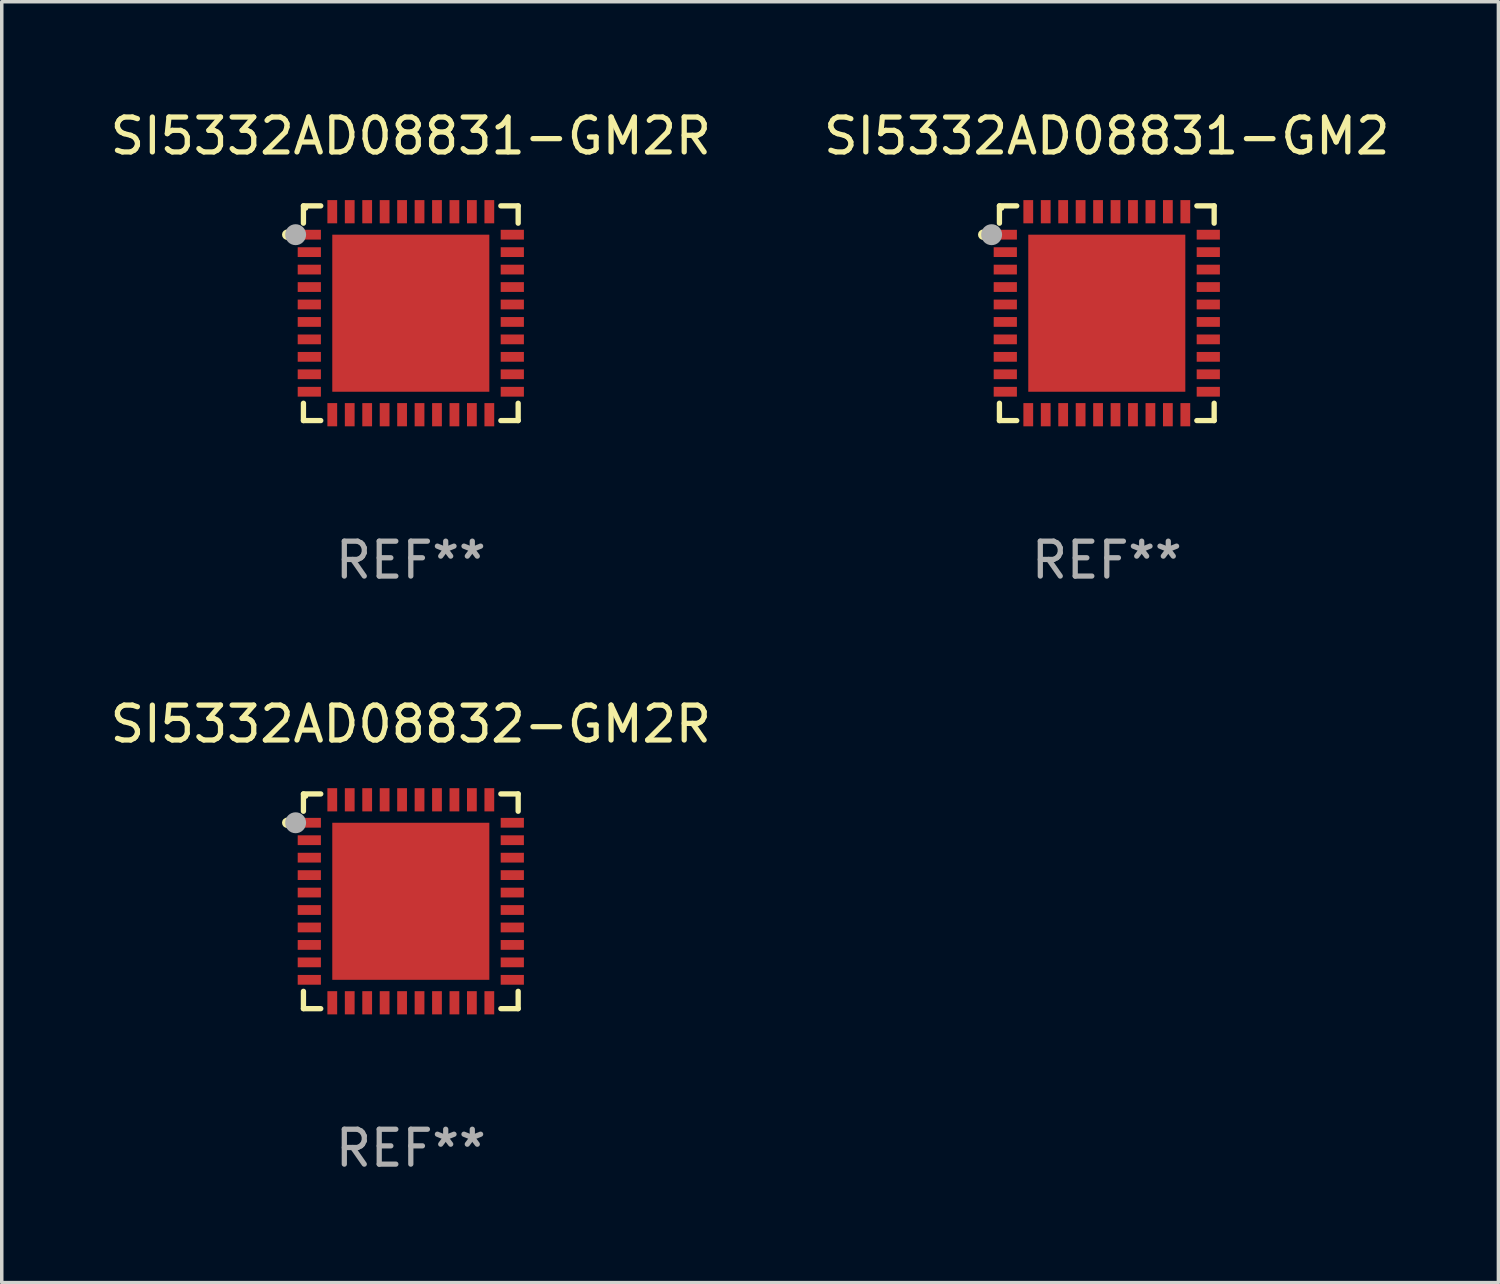
<source format=kicad_pcb>
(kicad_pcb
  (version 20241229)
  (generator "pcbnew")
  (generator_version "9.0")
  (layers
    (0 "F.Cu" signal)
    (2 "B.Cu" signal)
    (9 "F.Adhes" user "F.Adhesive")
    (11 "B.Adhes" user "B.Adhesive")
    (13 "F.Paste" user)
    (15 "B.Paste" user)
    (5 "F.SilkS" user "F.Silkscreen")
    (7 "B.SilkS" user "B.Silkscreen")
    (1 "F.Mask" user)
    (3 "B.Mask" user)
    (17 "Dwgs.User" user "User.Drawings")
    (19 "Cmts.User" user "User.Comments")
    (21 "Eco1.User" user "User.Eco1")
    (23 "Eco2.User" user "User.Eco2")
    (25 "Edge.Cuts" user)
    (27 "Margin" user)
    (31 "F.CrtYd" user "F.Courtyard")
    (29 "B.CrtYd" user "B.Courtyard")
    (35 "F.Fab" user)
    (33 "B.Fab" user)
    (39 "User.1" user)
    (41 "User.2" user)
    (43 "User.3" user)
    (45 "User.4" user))
  (footprint "SI5332AD08831-GM2"
    (layer "F.Cu")
    (at 28.661 5.924)
    (property "Reference" "SI5332AD08831-GM2" (at 0 -5.076 0) (layer "F.SilkS") (effects (font (size 1 1) (thickness 0.15))))
    (attr through_hole)
    (fp_line (start -3.076 -3.076) (end -3.076 -2.58) (stroke (width 0.152) (type solid)) (layer "F.SilkS"))
    (fp_line (start -3.076 3.076) (end -3.076 2.58) (stroke (width 0.152) (type solid)) (layer "F.SilkS"))
    (fp_line (start -2.58 -3.076) (end -3.076 -3.076) (stroke (width 0.152) (type solid)) (layer "F.SilkS"))
    (fp_line (start -2.58 3.076) (end -3.076 3.076) (stroke (width 0.152) (type solid)) (layer "F.SilkS"))
    (fp_line (start 2.58 -3.076) (end 3.076 -3.076) (stroke (width 0.152) (type solid)) (layer "F.SilkS"))
    (fp_line (start 2.58 3.076) (end 3.076 3.076) (stroke (width 0.152) (type solid)) (layer "F.SilkS"))
    (fp_line (start 3.076 -3.076) (end 3.076 -2.58) (stroke (width 0.152) (type solid)) (layer "F.SilkS"))
    (fp_line (start 3.076 3.076) (end 3.076 2.58) (stroke (width 0.152) (type solid)) (layer "F.SilkS"))
    (fp_circle (center -3.54 -2.25) (end -3.465 -2.25) (stroke (width 0.15) (type solid)) (fill no) (layer "F.SilkS"))
    (fp_circle (center -3 -3) (end -2.97 -3) (stroke (width 0.06) (type solid)) (fill no) (layer "F.SilkS"))
    (fp_circle (center -3.3 -2.25) (end -3.15 -2.25) (stroke (width 0.3) (type solid)) (fill no) (layer "F.Fab"))
    (fp_text user "REF**" (at 0 7.076 0) (layer "F.Fab") (effects (font (size 1 1) (thickness 0.15))))
    (pad "1" smd rect (at -2.908 -2.25) (size 0.665 0.28) (layers "F.Cu" "F.Mask" "F.Paste"))
    (pad "2" smd rect (at -2.908 -1.75) (size 0.665 0.28) (layers "F.Cu" "F.Mask" "F.Paste"))
    (pad "3" smd rect (at -2.908 -1.25) (size 0.665 0.28) (layers "F.Cu" "F.Mask" "F.Paste"))
    (pad "4" smd rect (at -2.908 -0.75) (size 0.665 0.28) (layers "F.Cu" "F.Mask" "F.Paste"))
    (pad "5" smd rect (at -2.908 -0.25) (size 0.665 0.28) (layers "F.Cu" "F.Mask" "F.Paste"))
    (pad "6" smd rect (at -2.908 0.25) (size 0.665 0.28) (layers "F.Cu" "F.Mask" "F.Paste"))
    (pad "7" smd rect (at -2.908 0.75) (size 0.665 0.28) (layers "F.Cu" "F.Mask" "F.Paste"))
    (pad "8" smd rect (at -2.908 1.25) (size 0.665 0.28) (layers "F.Cu" "F.Mask" "F.Paste"))
    (pad "9" smd rect (at -2.908 1.75) (size 0.665 0.28) (layers "F.Cu" "F.Mask" "F.Paste"))
    (pad "10" smd rect (at -2.908 2.25) (size 0.665 0.28) (layers "F.Cu" "F.Mask" "F.Paste"))
    (pad "11" smd rect (at -2.25 2.908) (size 0.28 0.665) (layers "F.Cu" "F.Mask" "F.Paste"))
    (pad "12" smd rect (at -1.75 2.908) (size 0.28 0.665) (layers "F.Cu" "F.Mask" "F.Paste"))
    (pad "13" smd rect (at -1.25 2.908) (size 0.28 0.665) (layers "F.Cu" "F.Mask" "F.Paste"))
    (pad "14" smd rect (at -0.75 2.908) (size 0.28 0.665) (layers "F.Cu" "F.Mask" "F.Paste"))
    (pad "15" smd rect (at -0.25 2.908) (size 0.28 0.665) (layers "F.Cu" "F.Mask" "F.Paste"))
    (pad "16" smd rect (at 0.25 2.908) (size 0.28 0.665) (layers "F.Cu" "F.Mask" "F.Paste"))
    (pad "17" smd rect (at 0.75 2.908) (size 0.28 0.665) (layers "F.Cu" "F.Mask" "F.Paste"))
    (pad "18" smd rect (at 1.25 2.908) (size 0.28 0.665) (layers "F.Cu" "F.Mask" "F.Paste"))
    (pad "19" smd rect (at 1.75 2.908) (size 0.28 0.665) (layers "F.Cu" "F.Mask" "F.Paste"))
    (pad "20" smd rect (at 2.25 2.908) (size 0.28 0.665) (layers "F.Cu" "F.Mask" "F.Paste"))
    (pad "21" smd rect (at 2.908 2.25) (size 0.665 0.28) (layers "F.Cu" "F.Mask" "F.Paste"))
    (pad "22" smd rect (at 2.908 1.75) (size 0.665 0.28) (layers "F.Cu" "F.Mask" "F.Paste"))
    (pad "23" smd rect (at 2.908 1.25) (size 0.665 0.28) (layers "F.Cu" "F.Mask" "F.Paste"))
    (pad "24" smd rect (at 2.908 0.75) (size 0.665 0.28) (layers "F.Cu" "F.Mask" "F.Paste"))
    (pad "25" smd rect (at 2.908 0.25) (size 0.665 0.28) (layers "F.Cu" "F.Mask" "F.Paste"))
    (pad "26" smd rect (at 2.908 -0.25) (size 0.665 0.28) (layers "F.Cu" "F.Mask" "F.Paste"))
    (pad "27" smd rect (at 2.908 -0.75) (size 0.665 0.28) (layers "F.Cu" "F.Mask" "F.Paste"))
    (pad "28" smd rect (at 2.908 -1.25) (size 0.665 0.28) (layers "F.Cu" "F.Mask" "F.Paste"))
    (pad "29" smd rect (at 2.908 -1.75) (size 0.665 0.28) (layers "F.Cu" "F.Mask" "F.Paste"))
    (pad "30" smd rect (at 2.908 -2.25) (size 0.665 0.28) (layers "F.Cu" "F.Mask" "F.Paste"))
    (pad "31" smd rect (at 2.25 -2.908) (size 0.28 0.665) (layers "F.Cu" "F.Mask" "F.Paste"))
    (pad "32" smd rect (at 1.75 -2.908) (size 0.28 0.665) (layers "F.Cu" "F.Mask" "F.Paste"))
    (pad "33" smd rect (at 1.25 -2.908) (size 0.28 0.665) (layers "F.Cu" "F.Mask" "F.Paste"))
    (pad "34" smd rect (at 0.75 -2.908) (size 0.28 0.665) (layers "F.Cu" "F.Mask" "F.Paste"))
    (pad "35" smd rect (at 0.25 -2.908) (size 0.28 0.665) (layers "F.Cu" "F.Mask" "F.Paste"))
    (pad "36" smd rect (at -0.25 -2.908) (size 0.28 0.665) (layers "F.Cu" "F.Mask" "F.Paste"))
    (pad "37" smd rect (at -0.75 -2.908) (size 0.28 0.665) (layers "F.Cu" "F.Mask" "F.Paste"))
    (pad "38" smd rect (at -1.25 -2.908) (size 0.28 0.665) (layers "F.Cu" "F.Mask" "F.Paste"))
    (pad "39" smd rect (at -1.75 -2.908) (size 0.28 0.665) (layers "F.Cu" "F.Mask" "F.Paste"))
    (pad "40" smd rect (at -2.25 -2.908) (size 0.28 0.665) (layers "F.Cu" "F.Mask" "F.Paste"))
    (pad "41" smd rect (at 0 0) (size 4.5 4.5) (layers "F.Cu" "F.Mask" "F.Paste")))
  (footprint "SI5332AD08832-GM2R"
    (layer "F.Cu")
    (at 8.72 22.773)
    (property "Reference" "SI5332AD08832-GM2R" (at 0 -5.076 0) (layer "F.SilkS") (effects (font (size 1 1) (thickness 0.15))))
    (attr through_hole)
    (fp_line (start -3.076 -3.076) (end -3.076 -2.58) (stroke (width 0.152) (type solid)) (layer "F.SilkS"))
    (fp_line (start -3.076 3.076) (end -3.076 2.58) (stroke (width 0.152) (type solid)) (layer "F.SilkS"))
    (fp_line (start -2.58 -3.076) (end -3.076 -3.076) (stroke (width 0.152) (type solid)) (layer "F.SilkS"))
    (fp_line (start -2.58 3.076) (end -3.076 3.076) (stroke (width 0.152) (type solid)) (layer "F.SilkS"))
    (fp_line (start 2.58 -3.076) (end 3.076 -3.076) (stroke (width 0.152) (type solid)) (layer "F.SilkS"))
    (fp_line (start 2.58 3.076) (end 3.076 3.076) (stroke (width 0.152) (type solid)) (layer "F.SilkS"))
    (fp_line (start 3.076 -3.076) (end 3.076 -2.58) (stroke (width 0.152) (type solid)) (layer "F.SilkS"))
    (fp_line (start 3.076 3.076) (end 3.076 2.58) (stroke (width 0.152) (type solid)) (layer "F.SilkS"))
    (fp_circle (center -3.54 -2.25) (end -3.465 -2.25) (stroke (width 0.15) (type solid)) (fill no) (layer "F.SilkS"))
    (fp_circle (center -3 -3) (end -2.97 -3) (stroke (width 0.06) (type solid)) (fill no) (layer "F.SilkS"))
    (fp_circle (center -3.3 -2.25) (end -3.15 -2.25) (stroke (width 0.3) (type solid)) (fill no) (layer "F.Fab"))
    (fp_text user "REF**" (at 0 7.076 0) (layer "F.Fab") (effects (font (size 1 1) (thickness 0.15))))
    (pad "1" smd rect (at -2.908 -2.25) (size 0.665 0.28) (layers "F.Cu" "F.Mask" "F.Paste"))
    (pad "2" smd rect (at -2.908 -1.75) (size 0.665 0.28) (layers "F.Cu" "F.Mask" "F.Paste"))
    (pad "3" smd rect (at -2.908 -1.25) (size 0.665 0.28) (layers "F.Cu" "F.Mask" "F.Paste"))
    (pad "4" smd rect (at -2.908 -0.75) (size 0.665 0.28) (layers "F.Cu" "F.Mask" "F.Paste"))
    (pad "5" smd rect (at -2.908 -0.25) (size 0.665 0.28) (layers "F.Cu" "F.Mask" "F.Paste"))
    (pad "6" smd rect (at -2.908 0.25) (size 0.665 0.28) (layers "F.Cu" "F.Mask" "F.Paste"))
    (pad "7" smd rect (at -2.908 0.75) (size 0.665 0.28) (layers "F.Cu" "F.Mask" "F.Paste"))
    (pad "8" smd rect (at -2.908 1.25) (size 0.665 0.28) (layers "F.Cu" "F.Mask" "F.Paste"))
    (pad "9" smd rect (at -2.908 1.75) (size 0.665 0.28) (layers "F.Cu" "F.Mask" "F.Paste"))
    (pad "10" smd rect (at -2.908 2.25) (size 0.665 0.28) (layers "F.Cu" "F.Mask" "F.Paste"))
    (pad "11" smd rect (at -2.25 2.908) (size 0.28 0.665) (layers "F.Cu" "F.Mask" "F.Paste"))
    (pad "12" smd rect (at -1.75 2.908) (size 0.28 0.665) (layers "F.Cu" "F.Mask" "F.Paste"))
    (pad "13" smd rect (at -1.25 2.908) (size 0.28 0.665) (layers "F.Cu" "F.Mask" "F.Paste"))
    (pad "14" smd rect (at -0.75 2.908) (size 0.28 0.665) (layers "F.Cu" "F.Mask" "F.Paste"))
    (pad "15" smd rect (at -0.25 2.908) (size 0.28 0.665) (layers "F.Cu" "F.Mask" "F.Paste"))
    (pad "16" smd rect (at 0.25 2.908) (size 0.28 0.665) (layers "F.Cu" "F.Mask" "F.Paste"))
    (pad "17" smd rect (at 0.75 2.908) (size 0.28 0.665) (layers "F.Cu" "F.Mask" "F.Paste"))
    (pad "18" smd rect (at 1.25 2.908) (size 0.28 0.665) (layers "F.Cu" "F.Mask" "F.Paste"))
    (pad "19" smd rect (at 1.75 2.908) (size 0.28 0.665) (layers "F.Cu" "F.Mask" "F.Paste"))
    (pad "20" smd rect (at 2.25 2.908) (size 0.28 0.665) (layers "F.Cu" "F.Mask" "F.Paste"))
    (pad "21" smd rect (at 2.908 2.25) (size 0.665 0.28) (layers "F.Cu" "F.Mask" "F.Paste"))
    (pad "22" smd rect (at 2.908 1.75) (size 0.665 0.28) (layers "F.Cu" "F.Mask" "F.Paste"))
    (pad "23" smd rect (at 2.908 1.25) (size 0.665 0.28) (layers "F.Cu" "F.Mask" "F.Paste"))
    (pad "24" smd rect (at 2.908 0.75) (size 0.665 0.28) (layers "F.Cu" "F.Mask" "F.Paste"))
    (pad "25" smd rect (at 2.908 0.25) (size 0.665 0.28) (layers "F.Cu" "F.Mask" "F.Paste"))
    (pad "26" smd rect (at 2.908 -0.25) (size 0.665 0.28) (layers "F.Cu" "F.Mask" "F.Paste"))
    (pad "27" smd rect (at 2.908 -0.75) (size 0.665 0.28) (layers "F.Cu" "F.Mask" "F.Paste"))
    (pad "28" smd rect (at 2.908 -1.25) (size 0.665 0.28) (layers "F.Cu" "F.Mask" "F.Paste"))
    (pad "29" smd rect (at 2.908 -1.75) (size 0.665 0.28) (layers "F.Cu" "F.Mask" "F.Paste"))
    (pad "30" smd rect (at 2.908 -2.25) (size 0.665 0.28) (layers "F.Cu" "F.Mask" "F.Paste"))
    (pad "31" smd rect (at 2.25 -2.908) (size 0.28 0.665) (layers "F.Cu" "F.Mask" "F.Paste"))
    (pad "32" smd rect (at 1.75 -2.908) (size 0.28 0.665) (layers "F.Cu" "F.Mask" "F.Paste"))
    (pad "33" smd rect (at 1.25 -2.908) (size 0.28 0.665) (layers "F.Cu" "F.Mask" "F.Paste"))
    (pad "34" smd rect (at 0.75 -2.908) (size 0.28 0.665) (layers "F.Cu" "F.Mask" "F.Paste"))
    (pad "35" smd rect (at 0.25 -2.908) (size 0.28 0.665) (layers "F.Cu" "F.Mask" "F.Paste"))
    (pad "36" smd rect (at -0.25 -2.908) (size 0.28 0.665) (layers "F.Cu" "F.Mask" "F.Paste"))
    (pad "37" smd rect (at -0.75 -2.908) (size 0.28 0.665) (layers "F.Cu" "F.Mask" "F.Paste"))
    (pad "38" smd rect (at -1.25 -2.908) (size 0.28 0.665) (layers "F.Cu" "F.Mask" "F.Paste"))
    (pad "39" smd rect (at -1.75 -2.908) (size 0.28 0.665) (layers "F.Cu" "F.Mask" "F.Paste"))
    (pad "40" smd rect (at -2.25 -2.908) (size 0.28 0.665) (layers "F.Cu" "F.Mask" "F.Paste"))
    (pad "41" smd rect (at 0 0) (size 4.5 4.5) (layers "F.Cu" "F.Mask" "F.Paste")))
  (footprint "SI5332AD08831-GM2R"
    (layer "F.Cu")
    (at 8.72 5.924)
    (property "Reference" "SI5332AD08831-GM2R" (at 0 -5.076 0) (layer "F.SilkS") (effects (font (size 1 1) (thickness 0.15))))
    (attr through_hole)
    (fp_line (start -3.076 -3.076) (end -3.076 -2.58) (stroke (width 0.152) (type solid)) (layer "F.SilkS"))
    (fp_line (start -3.076 3.076) (end -3.076 2.58) (stroke (width 0.152) (type solid)) (layer "F.SilkS"))
    (fp_line (start -2.58 -3.076) (end -3.076 -3.076) (stroke (width 0.152) (type solid)) (layer "F.SilkS"))
    (fp_line (start -2.58 3.076) (end -3.076 3.076) (stroke (width 0.152) (type solid)) (layer "F.SilkS"))
    (fp_line (start 2.58 -3.076) (end 3.076 -3.076) (stroke (width 0.152) (type solid)) (layer "F.SilkS"))
    (fp_line (start 2.58 3.076) (end 3.076 3.076) (stroke (width 0.152) (type solid)) (layer "F.SilkS"))
    (fp_line (start 3.076 -3.076) (end 3.076 -2.58) (stroke (width 0.152) (type solid)) (layer "F.SilkS"))
    (fp_line (start 3.076 3.076) (end 3.076 2.58) (stroke (width 0.152) (type solid)) (layer "F.SilkS"))
    (fp_circle (center -3.54 -2.25) (end -3.465 -2.25) (stroke (width 0.15) (type solid)) (fill no) (layer "F.SilkS"))
    (fp_circle (center -3 -3) (end -2.97 -3) (stroke (width 0.06) (type solid)) (fill no) (layer "F.SilkS"))
    (fp_circle (center -3.3 -2.25) (end -3.15 -2.25) (stroke (width 0.3) (type solid)) (fill no) (layer "F.Fab"))
    (fp_text user "REF**" (at 0 7.076 0) (layer "F.Fab") (effects (font (size 1 1) (thickness 0.15))))
    (pad "1" smd rect (at -2.908 -2.25) (size 0.665 0.28) (layers "F.Cu" "F.Mask" "F.Paste"))
    (pad "2" smd rect (at -2.908 -1.75) (size 0.665 0.28) (layers "F.Cu" "F.Mask" "F.Paste"))
    (pad "3" smd rect (at -2.908 -1.25) (size 0.665 0.28) (layers "F.Cu" "F.Mask" "F.Paste"))
    (pad "4" smd rect (at -2.908 -0.75) (size 0.665 0.28) (layers "F.Cu" "F.Mask" "F.Paste"))
    (pad "5" smd rect (at -2.908 -0.25) (size 0.665 0.28) (layers "F.Cu" "F.Mask" "F.Paste"))
    (pad "6" smd rect (at -2.908 0.25) (size 0.665 0.28) (layers "F.Cu" "F.Mask" "F.Paste"))
    (pad "7" smd rect (at -2.908 0.75) (size 0.665 0.28) (layers "F.Cu" "F.Mask" "F.Paste"))
    (pad "8" smd rect (at -2.908 1.25) (size 0.665 0.28) (layers "F.Cu" "F.Mask" "F.Paste"))
    (pad "9" smd rect (at -2.908 1.75) (size 0.665 0.28) (layers "F.Cu" "F.Mask" "F.Paste"))
    (pad "10" smd rect (at -2.908 2.25) (size 0.665 0.28) (layers "F.Cu" "F.Mask" "F.Paste"))
    (pad "11" smd rect (at -2.25 2.908) (size 0.28 0.665) (layers "F.Cu" "F.Mask" "F.Paste"))
    (pad "12" smd rect (at -1.75 2.908) (size 0.28 0.665) (layers "F.Cu" "F.Mask" "F.Paste"))
    (pad "13" smd rect (at -1.25 2.908) (size 0.28 0.665) (layers "F.Cu" "F.Mask" "F.Paste"))
    (pad "14" smd rect (at -0.75 2.908) (size 0.28 0.665) (layers "F.Cu" "F.Mask" "F.Paste"))
    (pad "15" smd rect (at -0.25 2.908) (size 0.28 0.665) (layers "F.Cu" "F.Mask" "F.Paste"))
    (pad "16" smd rect (at 0.25 2.908) (size 0.28 0.665) (layers "F.Cu" "F.Mask" "F.Paste"))
    (pad "17" smd rect (at 0.75 2.908) (size 0.28 0.665) (layers "F.Cu" "F.Mask" "F.Paste"))
    (pad "18" smd rect (at 1.25 2.908) (size 0.28 0.665) (layers "F.Cu" "F.Mask" "F.Paste"))
    (pad "19" smd rect (at 1.75 2.908) (size 0.28 0.665) (layers "F.Cu" "F.Mask" "F.Paste"))
    (pad "20" smd rect (at 2.25 2.908) (size 0.28 0.665) (layers "F.Cu" "F.Mask" "F.Paste"))
    (pad "21" smd rect (at 2.908 2.25) (size 0.665 0.28) (layers "F.Cu" "F.Mask" "F.Paste"))
    (pad "22" smd rect (at 2.908 1.75) (size 0.665 0.28) (layers "F.Cu" "F.Mask" "F.Paste"))
    (pad "23" smd rect (at 2.908 1.25) (size 0.665 0.28) (layers "F.Cu" "F.Mask" "F.Paste"))
    (pad "24" smd rect (at 2.908 0.75) (size 0.665 0.28) (layers "F.Cu" "F.Mask" "F.Paste"))
    (pad "25" smd rect (at 2.908 0.25) (size 0.665 0.28) (layers "F.Cu" "F.Mask" "F.Paste"))
    (pad "26" smd rect (at 2.908 -0.25) (size 0.665 0.28) (layers "F.Cu" "F.Mask" "F.Paste"))
    (pad "27" smd rect (at 2.908 -0.75) (size 0.665 0.28) (layers "F.Cu" "F.Mask" "F.Paste"))
    (pad "28" smd rect (at 2.908 -1.25) (size 0.665 0.28) (layers "F.Cu" "F.Mask" "F.Paste"))
    (pad "29" smd rect (at 2.908 -1.75) (size 0.665 0.28) (layers "F.Cu" "F.Mask" "F.Paste"))
    (pad "30" smd rect (at 2.908 -2.25) (size 0.665 0.28) (layers "F.Cu" "F.Mask" "F.Paste"))
    (pad "31" smd rect (at 2.25 -2.908) (size 0.28 0.665) (layers "F.Cu" "F.Mask" "F.Paste"))
    (pad "32" smd rect (at 1.75 -2.908) (size 0.28 0.665) (layers "F.Cu" "F.Mask" "F.Paste"))
    (pad "33" smd rect (at 1.25 -2.908) (size 0.28 0.665) (layers "F.Cu" "F.Mask" "F.Paste"))
    (pad "34" smd rect (at 0.75 -2.908) (size 0.28 0.665) (layers "F.Cu" "F.Mask" "F.Paste"))
    (pad "35" smd rect (at 0.25 -2.908) (size 0.28 0.665) (layers "F.Cu" "F.Mask" "F.Paste"))
    (pad "36" smd rect (at -0.25 -2.908) (size 0.28 0.665) (layers "F.Cu" "F.Mask" "F.Paste"))
    (pad "37" smd rect (at -0.75 -2.908) (size 0.28 0.665) (layers "F.Cu" "F.Mask" "F.Paste"))
    (pad "38" smd rect (at -1.25 -2.908) (size 0.28 0.665) (layers "F.Cu" "F.Mask" "F.Paste"))
    (pad "39" smd rect (at -1.75 -2.908) (size 0.28 0.665) (layers "F.Cu" "F.Mask" "F.Paste"))
    (pad "40" smd rect (at -2.25 -2.908) (size 0.28 0.665) (layers "F.Cu" "F.Mask" "F.Paste"))
    (pad "41" smd rect (at 0 0) (size 4.5 4.5) (layers "F.Cu" "F.Mask" "F.Paste")))
  (gr_rect
    (start -3 -3)
    (end 39.881 33.698)
    (stroke (width 0.1) (type default))
    (fill no)
    (layer "Edge.Cuts")))
</source>
